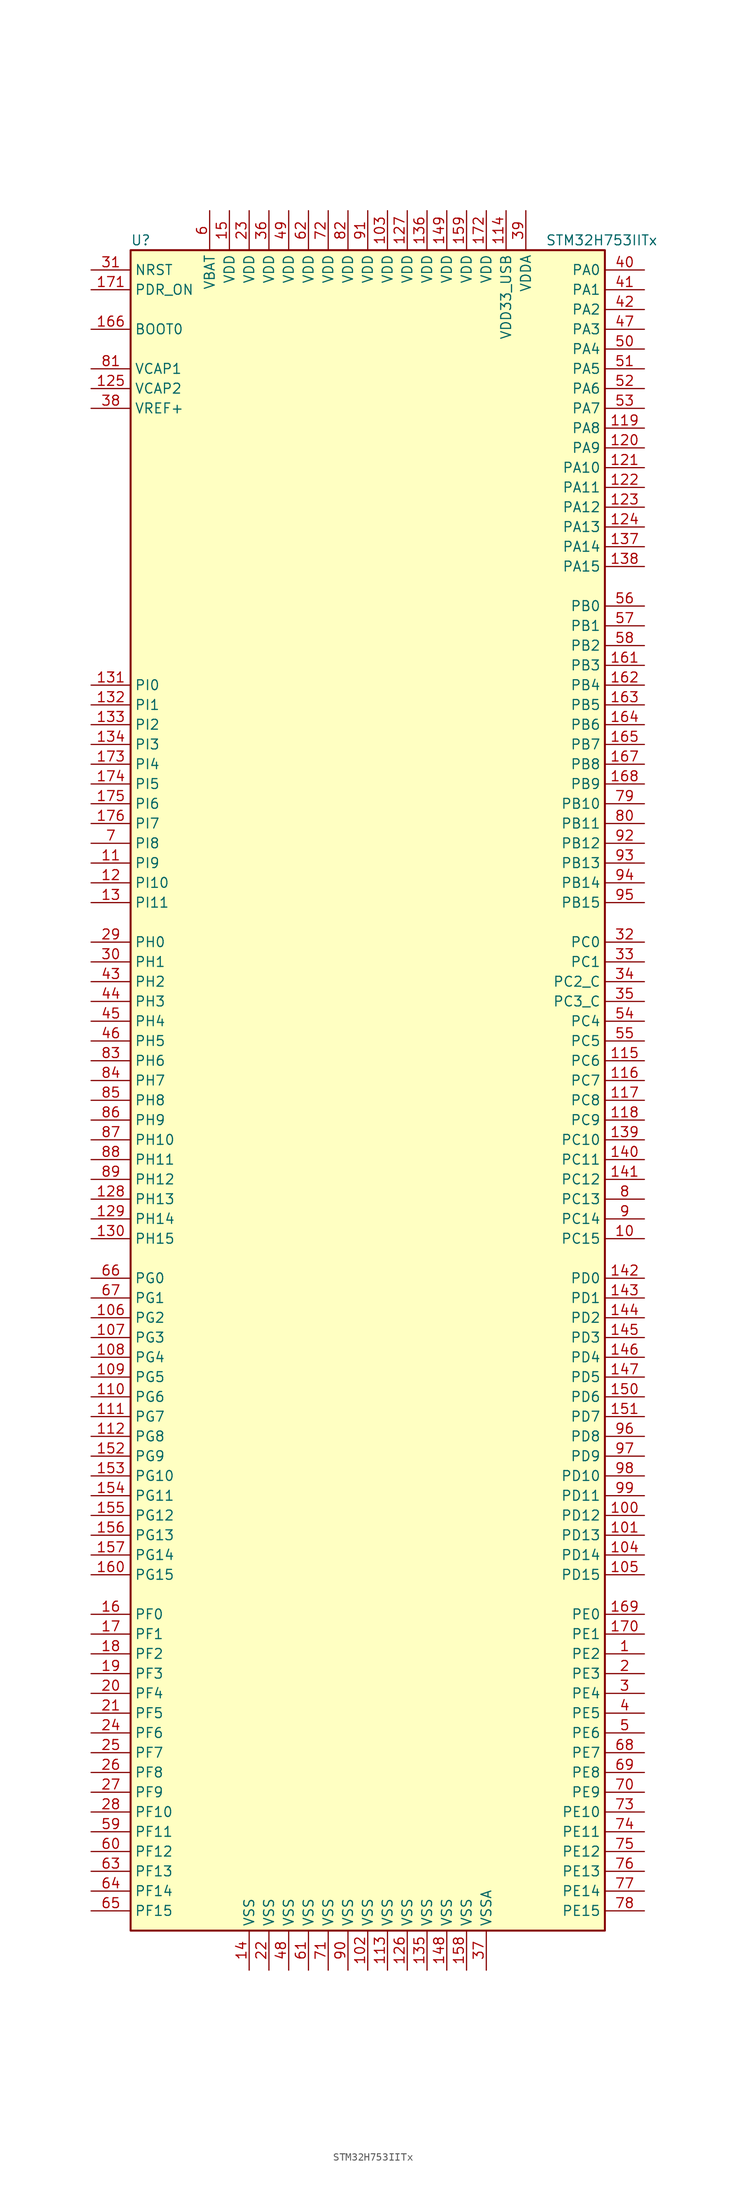
<source format=kicad_sym>
(kicad_symbol_lib
  (version 20220914)
  (generator kicad_symbol_editor)
  (symbol "STM32H753IITx"
    (property "Reference" "U"
      (at -30.48 107.95 0)
      (effects (font (size 1.27 1.27)) (justify left)))
    (property "Value" "STM32H753IITx"
      (at 22.86 107.95 0)
      (effects (font (size 1.27 1.27)) (justify left)))
    (symbol "STM32H753IITx_0_1"
      (rectangle (start -30.48 -109.22) (end 30.48 106.68) (stroke (width 0.254) (type default)) (fill (type background))))
    (symbol "STM32H753IITx_1_1"
      (pin bidirectional line (at 35.56 -73.66 180) (length 5.08) (name "PE2" (effects (font (size 1.27 1.27)))) (number "1" (effects (font (size 1.27 1.27)))))
      (pin bidirectional line (at 35.56 -20.32 180) (length 5.08) (name "PC15" (effects (font (size 1.27 1.27)))) (number "10" (effects (font (size 1.27 1.27)))))
      (pin bidirectional line (at 35.56 -55.88 180) (length 5.08) (name "PD12" (effects (font (size 1.27 1.27)))) (number "100" (effects (font (size 1.27 1.27)))))
      (pin bidirectional line (at 35.56 -58.42 180) (length 5.08) (name "PD13" (effects (font (size 1.27 1.27)))) (number "101" (effects (font (size 1.27 1.27)))))
      (pin power_in line (at 0 -114.3 90) (length 5.08) (name "VSS" (effects (font (size 1.27 1.27)))) (number "102" (effects (font (size 1.27 1.27)))))
      (pin power_in line (at 2.54 111.76 270) (length 5.08) (name "VDD" (effects (font (size 1.27 1.27)))) (number "103" (effects (font (size 1.27 1.27)))))
      (pin bidirectional line (at 35.56 -60.96 180) (length 5.08) (name "PD14" (effects (font (size 1.27 1.27)))) (number "104" (effects (font (size 1.27 1.27)))))
      (pin bidirectional line (at 35.56 -63.5 180) (length 5.08) (name "PD15" (effects (font (size 1.27 1.27)))) (number "105" (effects (font (size 1.27 1.27)))))
      (pin bidirectional line (at -35.56 -30.48 0) (length 5.08) (name "PG2" (effects (font (size 1.27 1.27)))) (number "106" (effects (font (size 1.27 1.27)))))
      (pin bidirectional line (at -35.56 -33.02 0) (length 5.08) (name "PG3" (effects (font (size 1.27 1.27)))) (number "107" (effects (font (size 1.27 1.27)))))
      (pin bidirectional line (at -35.56 -35.56 0) (length 5.08) (name "PG4" (effects (font (size 1.27 1.27)))) (number "108" (effects (font (size 1.27 1.27)))))
      (pin bidirectional line (at -35.56 -38.1 0) (length 5.08) (name "PG5" (effects (font (size 1.27 1.27)))) (number "109" (effects (font (size 1.27 1.27)))))
      (pin bidirectional line (at -35.56 27.94 0) (length 5.08) (name "PI9" (effects (font (size 1.27 1.27)))) (number "11" (effects (font (size 1.27 1.27)))))
      (pin bidirectional line (at -35.56 -40.64 0) (length 5.08) (name "PG6" (effects (font (size 1.27 1.27)))) (number "110" (effects (font (size 1.27 1.27)))))
      (pin bidirectional line (at -35.56 -43.18 0) (length 5.08) (name "PG7" (effects (font (size 1.27 1.27)))) (number "111" (effects (font (size 1.27 1.27)))))
      (pin bidirectional line (at -35.56 -45.72 0) (length 5.08) (name "PG8" (effects (font (size 1.27 1.27)))) (number "112" (effects (font (size 1.27 1.27)))))
      (pin power_in line (at 2.54 -114.3 90) (length 5.08) (name "VSS" (effects (font (size 1.27 1.27)))) (number "113" (effects (font (size 1.27 1.27)))))
      (pin power_in line (at 17.78 111.76 270) (length 5.08) (name "VDD33_USB" (effects (font (size 1.27 1.27)))) (number "114" (effects (font (size 1.27 1.27)))))
      (pin bidirectional line (at 35.56 2.54 180) (length 5.08) (name "PC6" (effects (font (size 1.27 1.27)))) (number "115" (effects (font (size 1.27 1.27)))))
      (pin bidirectional line (at 35.56 0 180) (length 5.08) (name "PC7" (effects (font (size 1.27 1.27)))) (number "116" (effects (font (size 1.27 1.27)))))
      (pin bidirectional line (at 35.56 -2.54 180) (length 5.08) (name "PC8" (effects (font (size 1.27 1.27)))) (number "117" (effects (font (size 1.27 1.27)))))
      (pin bidirectional line (at 35.56 -5.08 180) (length 5.08) (name "PC9" (effects (font (size 1.27 1.27)))) (number "118" (effects (font (size 1.27 1.27)))))
      (pin bidirectional line (at 35.56 83.82 180) (length 5.08) (name "PA8" (effects (font (size 1.27 1.27)))) (number "119" (effects (font (size 1.27 1.27)))))
      (pin bidirectional line (at -35.56 25.4 0) (length 5.08) (name "PI10" (effects (font (size 1.27 1.27)))) (number "12" (effects (font (size 1.27 1.27)))))
      (pin bidirectional line (at 35.56 81.28 180) (length 5.08) (name "PA9" (effects (font (size 1.27 1.27)))) (number "120" (effects (font (size 1.27 1.27)))))
      (pin bidirectional line (at 35.56 78.74 180) (length 5.08) (name "PA10" (effects (font (size 1.27 1.27)))) (number "121" (effects (font (size 1.27 1.27)))))
      (pin bidirectional line (at 35.56 76.2 180) (length 5.08) (name "PA11" (effects (font (size 1.27 1.27)))) (number "122" (effects (font (size 1.27 1.27)))))
      (pin bidirectional line (at 35.56 73.66 180) (length 5.08) (name "PA12" (effects (font (size 1.27 1.27)))) (number "123" (effects (font (size 1.27 1.27)))))
      (pin bidirectional line (at 35.56 71.12 180) (length 5.08) (name "PA13" (effects (font (size 1.27 1.27)))) (number "124" (effects (font (size 1.27 1.27)))))
      (pin power_in line (at -35.56 88.9 0) (length 5.08) (name "VCAP2" (effects (font (size 1.27 1.27)))) (number "125" (effects (font (size 1.27 1.27)))))
      (pin power_in line (at 5.08 -114.3 90) (length 5.08) (name "VSS" (effects (font (size 1.27 1.27)))) (number "126" (effects (font (size 1.27 1.27)))))
      (pin power_in line (at 5.08 111.76 270) (length 5.08) (name "VDD" (effects (font (size 1.27 1.27)))) (number "127" (effects (font (size 1.27 1.27)))))
      (pin bidirectional line (at -35.56 -15.24 0) (length 5.08) (name "PH13" (effects (font (size 1.27 1.27)))) (number "128" (effects (font (size 1.27 1.27)))))
      (pin bidirectional line (at -35.56 -17.78 0) (length 5.08) (name "PH14" (effects (font (size 1.27 1.27)))) (number "129" (effects (font (size 1.27 1.27)))))
      (pin bidirectional line (at -35.56 22.86 0) (length 5.08) (name "PI11" (effects (font (size 1.27 1.27)))) (number "13" (effects (font (size 1.27 1.27)))))
      (pin bidirectional line (at -35.56 -20.32 0) (length 5.08) (name "PH15" (effects (font (size 1.27 1.27)))) (number "130" (effects (font (size 1.27 1.27)))))
      (pin bidirectional line (at -35.56 50.8 0) (length 5.08) (name "PI0" (effects (font (size 1.27 1.27)))) (number "131" (effects (font (size 1.27 1.27)))))
      (pin bidirectional line (at -35.56 48.26 0) (length 5.08) (name "PI1" (effects (font (size 1.27 1.27)))) (number "132" (effects (font (size 1.27 1.27)))))
      (pin bidirectional line (at -35.56 45.72 0) (length 5.08) (name "PI2" (effects (font (size 1.27 1.27)))) (number "133" (effects (font (size 1.27 1.27)))))
      (pin bidirectional line (at -35.56 43.18 0) (length 5.08) (name "PI3" (effects (font (size 1.27 1.27)))) (number "134" (effects (font (size 1.27 1.27)))))
      (pin power_in line (at 7.62 -114.3 90) (length 5.08) (name "VSS" (effects (font (size 1.27 1.27)))) (number "135" (effects (font (size 1.27 1.27)))))
      (pin power_in line (at 7.62 111.76 270) (length 5.08) (name "VDD" (effects (font (size 1.27 1.27)))) (number "136" (effects (font (size 1.27 1.27)))))
      (pin bidirectional line (at 35.56 68.58 180) (length 5.08) (name "PA14" (effects (font (size 1.27 1.27)))) (number "137" (effects (font (size 1.27 1.27)))))
      (pin bidirectional line (at 35.56 66.04 180) (length 5.08) (name "PA15" (effects (font (size 1.27 1.27)))) (number "138" (effects (font (size 1.27 1.27)))))
      (pin bidirectional line (at 35.56 -7.62 180) (length 5.08) (name "PC10" (effects (font (size 1.27 1.27)))) (number "139" (effects (font (size 1.27 1.27)))))
      (pin power_in line (at -15.24 -114.3 90) (length 5.08) (name "VSS" (effects (font (size 1.27 1.27)))) (number "14" (effects (font (size 1.27 1.27)))))
      (pin bidirectional line (at 35.56 -10.16 180) (length 5.08) (name "PC11" (effects (font (size 1.27 1.27)))) (number "140" (effects (font (size 1.27 1.27)))))
      (pin bidirectional line (at 35.56 -12.7 180) (length 5.08) (name "PC12" (effects (font (size 1.27 1.27)))) (number "141" (effects (font (size 1.27 1.27)))))
      (pin bidirectional line (at 35.56 -25.4 180) (length 5.08) (name "PD0" (effects (font (size 1.27 1.27)))) (number "142" (effects (font (size 1.27 1.27)))))
      (pin bidirectional line (at 35.56 -27.94 180) (length 5.08) (name "PD1" (effects (font (size 1.27 1.27)))) (number "143" (effects (font (size 1.27 1.27)))))
      (pin bidirectional line (at 35.56 -30.48 180) (length 5.08) (name "PD2" (effects (font (size 1.27 1.27)))) (number "144" (effects (font (size 1.27 1.27)))))
      (pin bidirectional line (at 35.56 -33.02 180) (length 5.08) (name "PD3" (effects (font (size 1.27 1.27)))) (number "145" (effects (font (size 1.27 1.27)))))
      (pin bidirectional line (at 35.56 -35.56 180) (length 5.08) (name "PD4" (effects (font (size 1.27 1.27)))) (number "146" (effects (font (size 1.27 1.27)))))
      (pin bidirectional line (at 35.56 -38.1 180) (length 5.08) (name "PD5" (effects (font (size 1.27 1.27)))) (number "147" (effects (font (size 1.27 1.27)))))
      (pin power_in line (at 10.16 -114.3 90) (length 5.08) (name "VSS" (effects (font (size 1.27 1.27)))) (number "148" (effects (font (size 1.27 1.27)))))
      (pin power_in line (at 10.16 111.76 270) (length 5.08) (name "VDD" (effects (font (size 1.27 1.27)))) (number "149" (effects (font (size 1.27 1.27)))))
      (pin power_in line (at -17.78 111.76 270) (length 5.08) (name "VDD" (effects (font (size 1.27 1.27)))) (number "15" (effects (font (size 1.27 1.27)))))
      (pin bidirectional line (at 35.56 -40.64 180) (length 5.08) (name "PD6" (effects (font (size 1.27 1.27)))) (number "150" (effects (font (size 1.27 1.27)))))
      (pin bidirectional line (at 35.56 -43.18 180) (length 5.08) (name "PD7" (effects (font (size 1.27 1.27)))) (number "151" (effects (font (size 1.27 1.27)))))
      (pin bidirectional line (at -35.56 -48.26 0) (length 5.08) (name "PG9" (effects (font (size 1.27 1.27)))) (number "152" (effects (font (size 1.27 1.27)))))
      (pin bidirectional line (at -35.56 -50.8 0) (length 5.08) (name "PG10" (effects (font (size 1.27 1.27)))) (number "153" (effects (font (size 1.27 1.27)))))
      (pin bidirectional line (at -35.56 -53.34 0) (length 5.08) (name "PG11" (effects (font (size 1.27 1.27)))) (number "154" (effects (font (size 1.27 1.27)))))
      (pin bidirectional line (at -35.56 -55.88 0) (length 5.08) (name "PG12" (effects (font (size 1.27 1.27)))) (number "155" (effects (font (size 1.27 1.27)))))
      (pin bidirectional line (at -35.56 -58.42 0) (length 5.08) (name "PG13" (effects (font (size 1.27 1.27)))) (number "156" (effects (font (size 1.27 1.27)))))
      (pin bidirectional line (at -35.56 -60.96 0) (length 5.08) (name "PG14" (effects (font (size 1.27 1.27)))) (number "157" (effects (font (size 1.27 1.27)))))
      (pin power_in line (at 12.7 -114.3 90) (length 5.08) (name "VSS" (effects (font (size 1.27 1.27)))) (number "158" (effects (font (size 1.27 1.27)))))
      (pin power_in line (at 12.7 111.76 270) (length 5.08) (name "VDD" (effects (font (size 1.27 1.27)))) (number "159" (effects (font (size 1.27 1.27)))))
      (pin bidirectional line (at -35.56 -68.58 0) (length 5.08) (name "PF0" (effects (font (size 1.27 1.27)))) (number "16" (effects (font (size 1.27 1.27)))))
      (pin bidirectional line (at -35.56 -63.5 0) (length 5.08) (name "PG15" (effects (font (size 1.27 1.27)))) (number "160" (effects (font (size 1.27 1.27)))))
      (pin bidirectional line (at 35.56 53.34 180) (length 5.08) (name "PB3" (effects (font (size 1.27 1.27)))) (number "161" (effects (font (size 1.27 1.27)))))
      (pin bidirectional line (at 35.56 50.8 180) (length 5.08) (name "PB4" (effects (font (size 1.27 1.27)))) (number "162" (effects (font (size 1.27 1.27)))))
      (pin bidirectional line (at 35.56 48.26 180) (length 5.08) (name "PB5" (effects (font (size 1.27 1.27)))) (number "163" (effects (font (size 1.27 1.27)))))
      (pin bidirectional line (at 35.56 45.72 180) (length 5.08) (name "PB6" (effects (font (size 1.27 1.27)))) (number "164" (effects (font (size 1.27 1.27)))))
      (pin bidirectional line (at 35.56 43.18 180) (length 5.08) (name "PB7" (effects (font (size 1.27 1.27)))) (number "165" (effects (font (size 1.27 1.27)))))
      (pin input line (at -35.56 96.52 0) (length 5.08) (name "BOOT0" (effects (font (size 1.27 1.27)))) (number "166" (effects (font (size 1.27 1.27)))))
      (pin bidirectional line (at 35.56 40.64 180) (length 5.08) (name "PB8" (effects (font (size 1.27 1.27)))) (number "167" (effects (font (size 1.27 1.27)))))
      (pin bidirectional line (at 35.56 38.1 180) (length 5.08) (name "PB9" (effects (font (size 1.27 1.27)))) (number "168" (effects (font (size 1.27 1.27)))))
      (pin bidirectional line (at 35.56 -68.58 180) (length 5.08) (name "PE0" (effects (font (size 1.27 1.27)))) (number "169" (effects (font (size 1.27 1.27)))))
      (pin bidirectional line (at -35.56 -71.12 0) (length 5.08) (name "PF1" (effects (font (size 1.27 1.27)))) (number "17" (effects (font (size 1.27 1.27)))))
      (pin bidirectional line (at 35.56 -71.12 180) (length 5.08) (name "PE1" (effects (font (size 1.27 1.27)))) (number "170" (effects (font (size 1.27 1.27)))))
      (pin input line (at -35.56 101.6 0) (length 5.08) (name "PDR_ON" (effects (font (size 1.27 1.27)))) (number "171" (effects (font (size 1.27 1.27)))))
      (pin power_in line (at 15.24 111.76 270) (length 5.08) (name "VDD" (effects (font (size 1.27 1.27)))) (number "172" (effects (font (size 1.27 1.27)))))
      (pin bidirectional line (at -35.56 40.64 0) (length 5.08) (name "PI4" (effects (font (size 1.27 1.27)))) (number "173" (effects (font (size 1.27 1.27)))))
      (pin bidirectional line (at -35.56 38.1 0) (length 5.08) (name "PI5" (effects (font (size 1.27 1.27)))) (number "174" (effects (font (size 1.27 1.27)))))
      (pin bidirectional line (at -35.56 35.56 0) (length 5.08) (name "PI6" (effects (font (size 1.27 1.27)))) (number "175" (effects (font (size 1.27 1.27)))))
      (pin bidirectional line (at -35.56 33.02 0) (length 5.08) (name "PI7" (effects (font (size 1.27 1.27)))) (number "176" (effects (font (size 1.27 1.27)))))
      (pin bidirectional line (at -35.56 -73.66 0) (length 5.08) (name "PF2" (effects (font (size 1.27 1.27)))) (number "18" (effects (font (size 1.27 1.27)))))
      (pin bidirectional line (at -35.56 -76.2 0) (length 5.08) (name "PF3" (effects (font (size 1.27 1.27)))) (number "19" (effects (font (size 1.27 1.27)))))
      (pin bidirectional line (at 35.56 -76.2 180) (length 5.08) (name "PE3" (effects (font (size 1.27 1.27)))) (number "2" (effects (font (size 1.27 1.27)))))
      (pin bidirectional line (at -35.56 -78.74 0) (length 5.08) (name "PF4" (effects (font (size 1.27 1.27)))) (number "20" (effects (font (size 1.27 1.27)))))
      (pin bidirectional line (at -35.56 -81.28 0) (length 5.08) (name "PF5" (effects (font (size 1.27 1.27)))) (number "21" (effects (font (size 1.27 1.27)))))
      (pin power_in line (at -12.7 -114.3 90) (length 5.08) (name "VSS" (effects (font (size 1.27 1.27)))) (number "22" (effects (font (size 1.27 1.27)))))
      (pin power_in line (at -15.24 111.76 270) (length 5.08) (name "VDD" (effects (font (size 1.27 1.27)))) (number "23" (effects (font (size 1.27 1.27)))))
      (pin bidirectional line (at -35.56 -83.82 0) (length 5.08) (name "PF6" (effects (font (size 1.27 1.27)))) (number "24" (effects (font (size 1.27 1.27)))))
      (pin bidirectional line (at -35.56 -86.36 0) (length 5.08) (name "PF7" (effects (font (size 1.27 1.27)))) (number "25" (effects (font (size 1.27 1.27)))))
      (pin bidirectional line (at -35.56 -88.9 0) (length 5.08) (name "PF8" (effects (font (size 1.27 1.27)))) (number "26" (effects (font (size 1.27 1.27)))))
      (pin bidirectional line (at -35.56 -91.44 0) (length 5.08) (name "PF9" (effects (font (size 1.27 1.27)))) (number "27" (effects (font (size 1.27 1.27)))))
      (pin bidirectional line (at -35.56 -93.98 0) (length 5.08) (name "PF10" (effects (font (size 1.27 1.27)))) (number "28" (effects (font (size 1.27 1.27)))))
      (pin input line (at -35.56 17.78 0) (length 5.08) (name "PH0" (effects (font (size 1.27 1.27)))) (number "29" (effects (font (size 1.27 1.27)))))
      (pin bidirectional line (at 35.56 -78.74 180) (length 5.08) (name "PE4" (effects (font (size 1.27 1.27)))) (number "3" (effects (font (size 1.27 1.27)))))
      (pin input line (at -35.56 15.24 0) (length 5.08) (name "PH1" (effects (font (size 1.27 1.27)))) (number "30" (effects (font (size 1.27 1.27)))))
      (pin input line (at -35.56 104.14 0) (length 5.08) (name "NRST" (effects (font (size 1.27 1.27)))) (number "31" (effects (font (size 1.27 1.27)))))
      (pin bidirectional line (at 35.56 17.78 180) (length 5.08) (name "PC0" (effects (font (size 1.27 1.27)))) (number "32" (effects (font (size 1.27 1.27)))))
      (pin bidirectional line (at 35.56 15.24 180) (length 5.08) (name "PC1" (effects (font (size 1.27 1.27)))) (number "33" (effects (font (size 1.27 1.27)))))
      (pin bidirectional line (at 35.56 12.7 180) (length 5.08) (name "PC2_C" (effects (font (size 1.27 1.27)))) (number "34" (effects (font (size 1.27 1.27)))))
      (pin bidirectional line (at 35.56 10.16 180) (length 5.08) (name "PC3_C" (effects (font (size 1.27 1.27)))) (number "35" (effects (font (size 1.27 1.27)))))
      (pin power_in line (at -12.7 111.76 270) (length 5.08) (name "VDD" (effects (font (size 1.27 1.27)))) (number "36" (effects (font (size 1.27 1.27)))))
      (pin power_in line (at 15.24 -114.3 90) (length 5.08) (name "VSSA" (effects (font (size 1.27 1.27)))) (number "37" (effects (font (size 1.27 1.27)))))
      (pin bidirectional line (at -35.56 86.36 0) (length 5.08) (name "VREF+" (effects (font (size 1.27 1.27)))) (number "38" (effects (font (size 1.27 1.27)))))
      (pin power_in line (at 20.32 111.76 270) (length 5.08) (name "VDDA" (effects (font (size 1.27 1.27)))) (number "39" (effects (font (size 1.27 1.27)))))
      (pin bidirectional line (at 35.56 -81.28 180) (length 5.08) (name "PE5" (effects (font (size 1.27 1.27)))) (number "4" (effects (font (size 1.27 1.27)))))
      (pin bidirectional line (at 35.56 104.14 180) (length 5.08) (name "PA0" (effects (font (size 1.27 1.27)))) (number "40" (effects (font (size 1.27 1.27)))))
      (pin bidirectional line (at 35.56 101.6 180) (length 5.08) (name "PA1" (effects (font (size 1.27 1.27)))) (number "41" (effects (font (size 1.27 1.27)))))
      (pin bidirectional line (at 35.56 99.06 180) (length 5.08) (name "PA2" (effects (font (size 1.27 1.27)))) (number "42" (effects (font (size 1.27 1.27)))))
      (pin bidirectional line (at -35.56 12.7 0) (length 5.08) (name "PH2" (effects (font (size 1.27 1.27)))) (number "43" (effects (font (size 1.27 1.27)))))
      (pin bidirectional line (at -35.56 10.16 0) (length 5.08) (name "PH3" (effects (font (size 1.27 1.27)))) (number "44" (effects (font (size 1.27 1.27)))))
      (pin bidirectional line (at -35.56 7.62 0) (length 5.08) (name "PH4" (effects (font (size 1.27 1.27)))) (number "45" (effects (font (size 1.27 1.27)))))
      (pin bidirectional line (at -35.56 5.08 0) (length 5.08) (name "PH5" (effects (font (size 1.27 1.27)))) (number "46" (effects (font (size 1.27 1.27)))))
      (pin bidirectional line (at 35.56 96.52 180) (length 5.08) (name "PA3" (effects (font (size 1.27 1.27)))) (number "47" (effects (font (size 1.27 1.27)))))
      (pin power_in line (at -10.16 -114.3 90) (length 5.08) (name "VSS" (effects (font (size 1.27 1.27)))) (number "48" (effects (font (size 1.27 1.27)))))
      (pin power_in line (at -10.16 111.76 270) (length 5.08) (name "VDD" (effects (font (size 1.27 1.27)))) (number "49" (effects (font (size 1.27 1.27)))))
      (pin bidirectional line (at 35.56 -83.82 180) (length 5.08) (name "PE6" (effects (font (size 1.27 1.27)))) (number "5" (effects (font (size 1.27 1.27)))))
      (pin bidirectional line (at 35.56 93.98 180) (length 5.08) (name "PA4" (effects (font (size 1.27 1.27)))) (number "50" (effects (font (size 1.27 1.27)))))
      (pin bidirectional line (at 35.56 91.44 180) (length 5.08) (name "PA5" (effects (font (size 1.27 1.27)))) (number "51" (effects (font (size 1.27 1.27)))))
      (pin bidirectional line (at 35.56 88.9 180) (length 5.08) (name "PA6" (effects (font (size 1.27 1.27)))) (number "52" (effects (font (size 1.27 1.27)))))
      (pin bidirectional line (at 35.56 86.36 180) (length 5.08) (name "PA7" (effects (font (size 1.27 1.27)))) (number "53" (effects (font (size 1.27 1.27)))))
      (pin bidirectional line (at 35.56 7.62 180) (length 5.08) (name "PC4" (effects (font (size 1.27 1.27)))) (number "54" (effects (font (size 1.27 1.27)))))
      (pin bidirectional line (at 35.56 5.08 180) (length 5.08) (name "PC5" (effects (font (size 1.27 1.27)))) (number "55" (effects (font (size 1.27 1.27)))))
      (pin bidirectional line (at 35.56 60.96 180) (length 5.08) (name "PB0" (effects (font (size 1.27 1.27)))) (number "56" (effects (font (size 1.27 1.27)))))
      (pin bidirectional line (at 35.56 58.42 180) (length 5.08) (name "PB1" (effects (font (size 1.27 1.27)))) (number "57" (effects (font (size 1.27 1.27)))))
      (pin bidirectional line (at 35.56 55.88 180) (length 5.08) (name "PB2" (effects (font (size 1.27 1.27)))) (number "58" (effects (font (size 1.27 1.27)))))
      (pin bidirectional line (at -35.56 -96.52 0) (length 5.08) (name "PF11" (effects (font (size 1.27 1.27)))) (number "59" (effects (font (size 1.27 1.27)))))
      (pin power_in line (at -20.32 111.76 270) (length 5.08) (name "VBAT" (effects (font (size 1.27 1.27)))) (number "6" (effects (font (size 1.27 1.27)))))
      (pin bidirectional line (at -35.56 -99.06 0) (length 5.08) (name "PF12" (effects (font (size 1.27 1.27)))) (number "60" (effects (font (size 1.27 1.27)))))
      (pin power_in line (at -7.62 -114.3 90) (length 5.08) (name "VSS" (effects (font (size 1.27 1.27)))) (number "61" (effects (font (size 1.27 1.27)))))
      (pin power_in line (at -7.62 111.76 270) (length 5.08) (name "VDD" (effects (font (size 1.27 1.27)))) (number "62" (effects (font (size 1.27 1.27)))))
      (pin bidirectional line (at -35.56 -101.6 0) (length 5.08) (name "PF13" (effects (font (size 1.27 1.27)))) (number "63" (effects (font (size 1.27 1.27)))))
      (pin bidirectional line (at -35.56 -104.14 0) (length 5.08) (name "PF14" (effects (font (size 1.27 1.27)))) (number "64" (effects (font (size 1.27 1.27)))))
      (pin bidirectional line (at -35.56 -106.68 0) (length 5.08) (name "PF15" (effects (font (size 1.27 1.27)))) (number "65" (effects (font (size 1.27 1.27)))))
      (pin bidirectional line (at -35.56 -25.4 0) (length 5.08) (name "PG0" (effects (font (size 1.27 1.27)))) (number "66" (effects (font (size 1.27 1.27)))))
      (pin bidirectional line (at -35.56 -27.94 0) (length 5.08) (name "PG1" (effects (font (size 1.27 1.27)))) (number "67" (effects (font (size 1.27 1.27)))))
      (pin bidirectional line (at 35.56 -86.36 180) (length 5.08) (name "PE7" (effects (font (size 1.27 1.27)))) (number "68" (effects (font (size 1.27 1.27)))))
      (pin bidirectional line (at 35.56 -88.9 180) (length 5.08) (name "PE8" (effects (font (size 1.27 1.27)))) (number "69" (effects (font (size 1.27 1.27)))))
      (pin bidirectional line (at -35.56 30.48 0) (length 5.08) (name "PI8" (effects (font (size 1.27 1.27)))) (number "7" (effects (font (size 1.27 1.27)))))
      (pin bidirectional line (at 35.56 -91.44 180) (length 5.08) (name "PE9" (effects (font (size 1.27 1.27)))) (number "70" (effects (font (size 1.27 1.27)))))
      (pin power_in line (at -5.08 -114.3 90) (length 5.08) (name "VSS" (effects (font (size 1.27 1.27)))) (number "71" (effects (font (size 1.27 1.27)))))
      (pin power_in line (at -5.08 111.76 270) (length 5.08) (name "VDD" (effects (font (size 1.27 1.27)))) (number "72" (effects (font (size 1.27 1.27)))))
      (pin bidirectional line (at 35.56 -93.98 180) (length 5.08) (name "PE10" (effects (font (size 1.27 1.27)))) (number "73" (effects (font (size 1.27 1.27)))))
      (pin bidirectional line (at 35.56 -96.52 180) (length 5.08) (name "PE11" (effects (font (size 1.27 1.27)))) (number "74" (effects (font (size 1.27 1.27)))))
      (pin bidirectional line (at 35.56 -99.06 180) (length 5.08) (name "PE12" (effects (font (size 1.27 1.27)))) (number "75" (effects (font (size 1.27 1.27)))))
      (pin bidirectional line (at 35.56 -101.6 180) (length 5.08) (name "PE13" (effects (font (size 1.27 1.27)))) (number "76" (effects (font (size 1.27 1.27)))))
      (pin bidirectional line (at 35.56 -104.14 180) (length 5.08) (name "PE14" (effects (font (size 1.27 1.27)))) (number "77" (effects (font (size 1.27 1.27)))))
      (pin bidirectional line (at 35.56 -106.68 180) (length 5.08) (name "PE15" (effects (font (size 1.27 1.27)))) (number "78" (effects (font (size 1.27 1.27)))))
      (pin bidirectional line (at 35.56 35.56 180) (length 5.08) (name "PB10" (effects (font (size 1.27 1.27)))) (number "79" (effects (font (size 1.27 1.27)))))
      (pin bidirectional line (at 35.56 -15.24 180) (length 5.08) (name "PC13" (effects (font (size 1.27 1.27)))) (number "8" (effects (font (size 1.27 1.27)))))
      (pin bidirectional line (at 35.56 33.02 180) (length 5.08) (name "PB11" (effects (font (size 1.27 1.27)))) (number "80" (effects (font (size 1.27 1.27)))))
      (pin power_in line (at -35.56 91.44 0) (length 5.08) (name "VCAP1" (effects (font (size 1.27 1.27)))) (number "81" (effects (font (size 1.27 1.27)))))
      (pin power_in line (at -2.54 111.76 270) (length 5.08) (name "VDD" (effects (font (size 1.27 1.27)))) (number "82" (effects (font (size 1.27 1.27)))))
      (pin bidirectional line (at -35.56 2.54 0) (length 5.08) (name "PH6" (effects (font (size 1.27 1.27)))) (number "83" (effects (font (size 1.27 1.27)))))
      (pin bidirectional line (at -35.56 0 0) (length 5.08) (name "PH7" (effects (font (size 1.27 1.27)))) (number "84" (effects (font (size 1.27 1.27)))))
      (pin bidirectional line (at -35.56 -2.54 0) (length 5.08) (name "PH8" (effects (font (size 1.27 1.27)))) (number "85" (effects (font (size 1.27 1.27)))))
      (pin bidirectional line (at -35.56 -5.08 0) (length 5.08) (name "PH9" (effects (font (size 1.27 1.27)))) (number "86" (effects (font (size 1.27 1.27)))))
      (pin bidirectional line (at -35.56 -7.62 0) (length 5.08) (name "PH10" (effects (font (size 1.27 1.27)))) (number "87" (effects (font (size 1.27 1.27)))))
      (pin bidirectional line (at -35.56 -10.16 0) (length 5.08) (name "PH11" (effects (font (size 1.27 1.27)))) (number "88" (effects (font (size 1.27 1.27)))))
      (pin bidirectional line (at -35.56 -12.7 0) (length 5.08) (name "PH12" (effects (font (size 1.27 1.27)))) (number "89" (effects (font (size 1.27 1.27)))))
      (pin bidirectional line (at 35.56 -17.78 180) (length 5.08) (name "PC14" (effects (font (size 1.27 1.27)))) (number "9" (effects (font (size 1.27 1.27)))))
      (pin power_in line (at -2.54 -114.3 90) (length 5.08) (name "VSS" (effects (font (size 1.27 1.27)))) (number "90" (effects (font (size 1.27 1.27)))))
      (pin power_in line (at 0 111.76 270) (length 5.08) (name "VDD" (effects (font (size 1.27 1.27)))) (number "91" (effects (font (size 1.27 1.27)))))
      (pin bidirectional line (at 35.56 30.48 180) (length 5.08) (name "PB12" (effects (font (size 1.27 1.27)))) (number "92" (effects (font (size 1.27 1.27)))))
      (pin bidirectional line (at 35.56 27.94 180) (length 5.08) (name "PB13" (effects (font (size 1.27 1.27)))) (number "93" (effects (font (size 1.27 1.27)))))
      (pin bidirectional line (at 35.56 25.4 180) (length 5.08) (name "PB14" (effects (font (size 1.27 1.27)))) (number "94" (effects (font (size 1.27 1.27)))))
      (pin bidirectional line (at 35.56 22.86 180) (length 5.08) (name "PB15" (effects (font (size 1.27 1.27)))) (number "95" (effects (font (size 1.27 1.27)))))
      (pin bidirectional line (at 35.56 -45.72 180) (length 5.08) (name "PD8" (effects (font (size 1.27 1.27)))) (number "96" (effects (font (size 1.27 1.27)))))
      (pin bidirectional line (at 35.56 -48.26 180) (length 5.08) (name "PD9" (effects (font (size 1.27 1.27)))) (number "97" (effects (font (size 1.27 1.27)))))
      (pin bidirectional line (at 35.56 -50.8 180) (length 5.08) (name "PD10" (effects (font (size 1.27 1.27)))) (number "98" (effects (font (size 1.27 1.27)))))
      (pin bidirectional line (at 35.56 -53.34 180) (length 5.08) (name "PD11" (effects (font (size 1.27 1.27)))) (number "99" (effects (font (size 1.27 1.27))))))))
</source>
